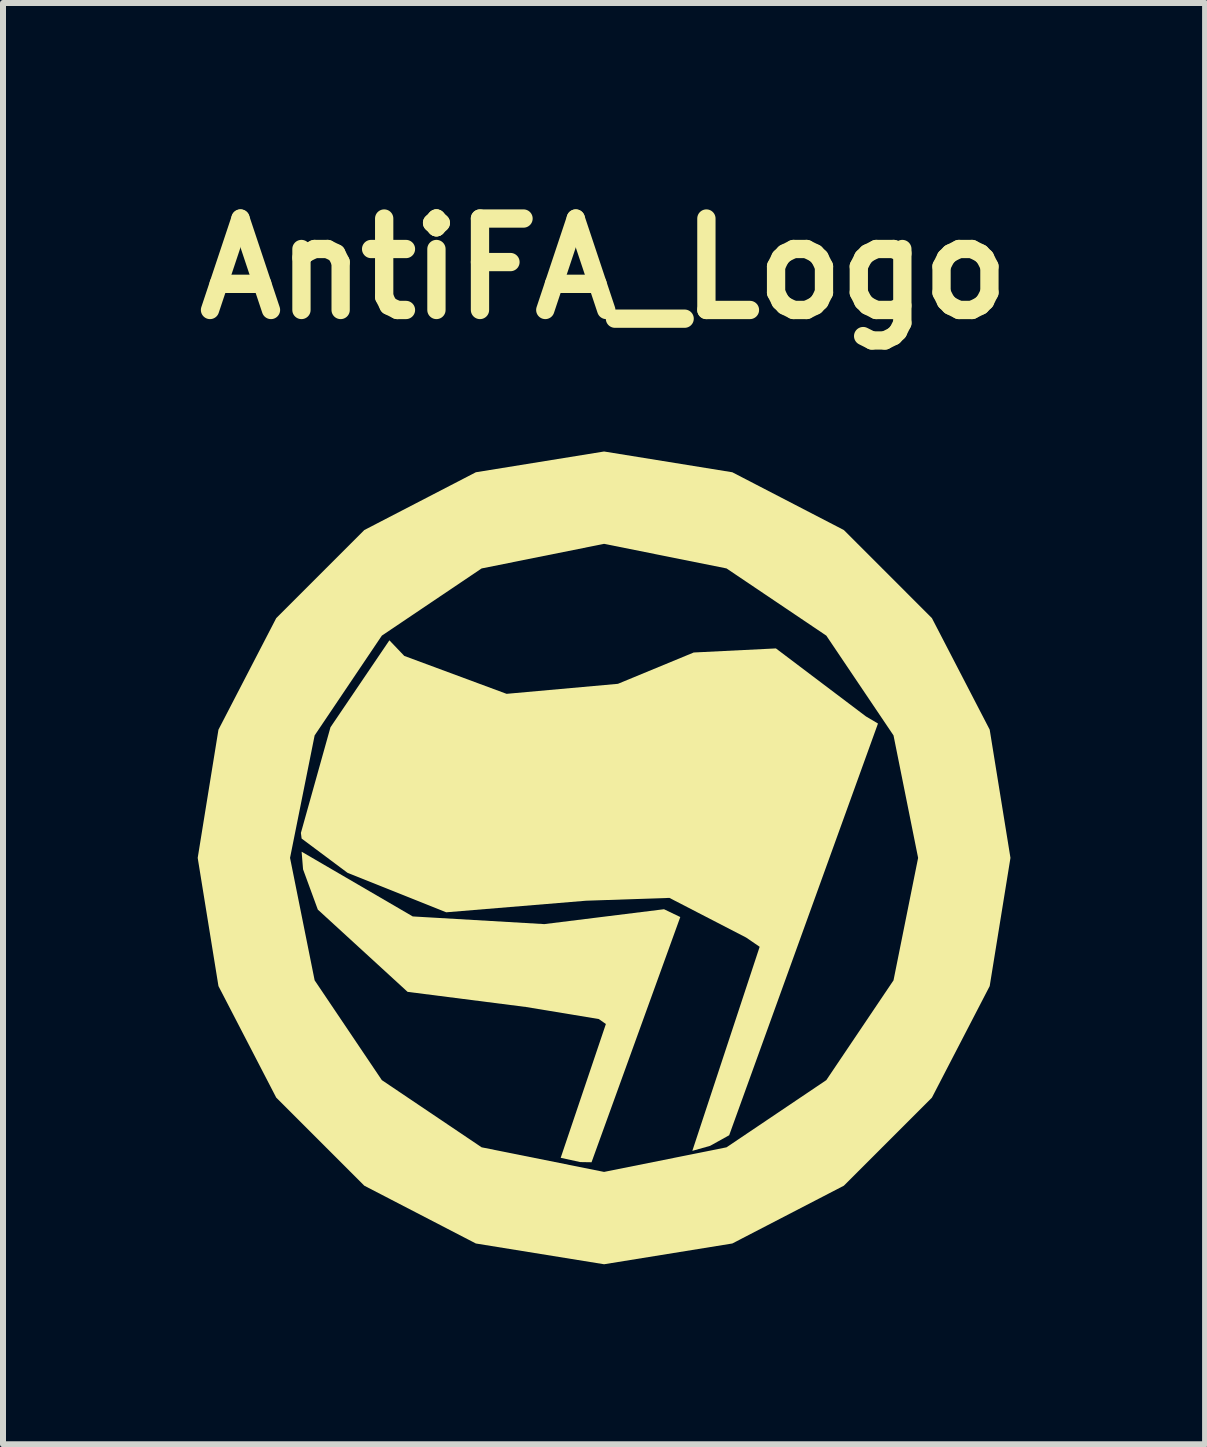
<source format=kicad_pcb>
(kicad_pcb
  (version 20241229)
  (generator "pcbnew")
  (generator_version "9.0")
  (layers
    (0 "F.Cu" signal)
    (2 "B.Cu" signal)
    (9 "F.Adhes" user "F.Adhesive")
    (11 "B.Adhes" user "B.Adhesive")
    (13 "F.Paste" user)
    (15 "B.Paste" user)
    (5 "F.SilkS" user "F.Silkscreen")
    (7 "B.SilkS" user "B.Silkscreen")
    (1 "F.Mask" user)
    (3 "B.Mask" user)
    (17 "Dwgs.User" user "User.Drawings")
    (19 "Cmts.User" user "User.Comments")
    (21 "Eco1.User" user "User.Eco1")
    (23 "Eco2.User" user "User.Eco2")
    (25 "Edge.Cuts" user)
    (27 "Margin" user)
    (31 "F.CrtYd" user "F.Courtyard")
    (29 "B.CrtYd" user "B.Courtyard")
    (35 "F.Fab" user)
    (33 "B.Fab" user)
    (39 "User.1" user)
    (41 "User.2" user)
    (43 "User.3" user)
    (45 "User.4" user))
  (footprint "AntiFA_Logo"
    (layer "F.Cu")
    (at 7.018 11.248)
    (property "Reference" "AntiFA_Logo" (at 0 -9.821 0) (layer "F.SilkS") (effects (font (size 1.524 1.524) (thickness 0.305))))
    (attr exclude_from_pos_files exclude_from_bom)
    (fp_poly (pts (xy -4.025 -5.085) (xy -3.411 -4.3) (xy -3.258 -4.419) (xy -3.872 -5.205) (xy -4.025 -5.085)) (stroke (width 0) (type solid)) (fill yes) (layer "F.SilkS"))
    (fp_poly (pts (xy 0.493 5.509) (xy 0.299 5.512) (xy 0.316 6.509) (xy 0.511 6.506) (xy 0.493 5.509)) (stroke (width 0) (type solid)) (fill yes) (layer "F.SilkS"))
    (fp_poly (pts (xy 1.14 -5.378) (xy 1.313 -6.36) (xy 1.122 -6.394) (xy 0.949 -5.412) (xy 1.14 -5.378)) (stroke (width 0) (type solid)) (fill yes) (layer "F.SilkS"))
    (fp_poly (pts (xy 2.903 -4.665) (xy 3.402 -5.528) (xy 3.234 -5.625) (xy 2.735 -4.762) (xy 2.903 -4.665)) (stroke (width 0) (type solid)) (fill yes) (layer "F.SilkS"))
    (fp_poly (pts (xy -4.266 -4.657) (xy -4.121 -4.797) (xy -4.239 -4.919) (xy -4.668 -4.504) (xy -4.551 -4.383) (xy -4.406 -4.522) (xy -3.831 -3.927) (xy -3.691 -4.062) (xy -4.266 -4.657)) (stroke (width 0) (type solid)) (fill yes) (layer "F.SilkS"))
    (fp_poly (pts (xy -0.257 5.661) (xy -0.057 5.682) (xy -0.039 5.513) (xy -0.632 5.451) (xy -0.65 5.619) (xy -0.45 5.64) (xy -0.537 6.464) (xy -0.343 6.484) (xy -0.257 5.661)) (stroke (width 0) (type solid)) (fill yes) (layer "F.SilkS"))
    (fp_poly (pts (xy 2.413 -4.938) (xy 2.75 -5.694) (xy 2.933 -5.612) (xy 3.002 -5.767) (xy 2.457 -6.01) (xy 2.389 -5.855) (xy 2.572 -5.773) (xy 2.235 -5.017) (xy 2.413 -4.938)) (stroke (width 0) (type solid)) (fill yes) (layer "F.SilkS"))
    (fp_poly (pts (xy -3.194 -5.66) (xy -3.608 -5.39) (xy -3.065 -4.554) (xy -2.902 -4.66) (xy -3.141 -5.028) (xy -2.905 -5.182) (xy -2.997 -5.324) (xy -3.234 -5.17) (xy -3.353 -5.354) (xy -3.101 -5.518) (xy -3.194 -5.66)) (stroke (width 0) (type solid)) (fill yes) (layer "F.SilkS"))
    (fp_poly (pts (xy -0.374 -6.463) (xy -0.602 -6.493) (xy -1.025 -5.904) (xy -0.478 -5.45) (xy -0.261 -5.537) (xy -0.289 -5.767) (xy -0.495 -5.635) (xy -0.826 -5.933) (xy -0.577 -6.31) (xy -0.346 -6.231) (xy -0.374 -6.463)) (stroke (width 0) (type solid)) (fill yes) (layer "F.SilkS"))
    (fp_poly (pts (xy 1.482 6.405) (xy 1.647 5.819) (xy 1.439 6.218) (xy 1.077 5.95) (xy 1.289 5.569) (xy 1.647 5.819) (xy 1.482 6.405) (xy 1.845 5.781) (xy 1.246 5.382) (xy 0.883 6.003) (xy 1.482 6.405)) (stroke (width 0) (type solid)) (fill yes) (layer "F.SilkS"))
    (fp_poly (pts (xy 4.885 -4.219) (xy 4.776 -4.421) (xy 4.05 -4.417) (xy 4.005 -3.708) (xy 4.203 -3.583) (xy 4.372 -3.741) (xy 4.144 -3.83) (xy 4.19 -4.273) (xy 4.642 -4.293) (xy 4.714 -4.06) (xy 4.885 -4.219)) (stroke (width 0) (type solid)) (fill yes) (layer "F.SilkS"))
    (fp_poly (pts (xy -4.503 -3.144) (xy -5.037 -3.561) (xy -5.035 -3.563) (xy -4.162 -3.547) (xy -4.076 -3.658) (xy -4.878 -4.284) (xy -4.997 -4.131) (xy -4.469 -3.718) (xy -4.47 -3.716) (xy -5.343 -3.731) (xy -5.429 -3.621) (xy -4.623 -2.987) (xy -4.503 -3.144)) (stroke (width 0) (type solid)) (fill yes) (layer "F.SilkS"))
    (fp_poly (pts (xy 0.204 -6.099) (xy 0.231 -6.491) (xy 0.037 -6.504) (xy -0.032 -5.509) (xy 0.162 -5.496) (xy 0.193 -5.94) (xy 0.552 -5.915) (xy 0.521 -5.471) (xy 0.715 -5.457) (xy 0.784 -6.452) (xy 0.59 -6.465) (xy 0.563 -6.074) (xy 0.204 -6.099)) (stroke (width 0) (type solid)) (fill yes) (layer "F.SilkS"))
    (fp_poly (pts (xy 2.415 6.105) (xy 2.588 6.017) (xy 2.28 5.413) (xy 2.283 5.412) (xy 3.067 5.795) (xy 3.192 5.731) (xy 2.73 4.825) (xy 2.557 4.913) (xy 2.861 5.511) (xy 2.859 5.512) (xy 2.075 5.129) (xy 1.95 5.193) (xy 2.415 6.105)) (stroke (width 0) (type solid)) (fill yes) (layer "F.SilkS"))
    (fp_poly (pts (xy 4.734 -2.765) (xy 5.579 -3.293) (xy 5.476 -3.458) (xy 5.143 -3.25) (xy 4.953 -3.555) (xy 5.286 -3.763) (xy 5.183 -3.928) (xy 4.337 -3.4) (xy 4.44 -3.235) (xy 4.818 -3.471) (xy 5.007 -3.169) (xy 4.631 -2.93) (xy 4.734 -2.765)) (stroke (width 0) (type solid)) (fill yes) (layer "F.SilkS"))
    (fp_poly (pts (xy 5.823 -2.426) (xy 5.978 -2.495) (xy 5.768 -2.966) (xy 4.857 -2.561) (xy 5.066 -2.09) (xy 5.221 -2.159) (xy 5.09 -2.452) (xy 5.337 -2.562) (xy 5.463 -2.279) (xy 5.617 -2.348) (xy 5.492 -2.631) (xy 5.692 -2.72) (xy 5.823 -2.426)) (stroke (width 0) (type solid)) (fill yes) (layer "F.SilkS"))
    (fp_poly (pts (xy -5.287 -2.508) (xy -5.013 -2.695) (xy -4.791 -2.668) (xy -4.697 -2.853) (xy -5.781 -2.98) (xy -5.849 -2.846) (xy -5.114 -2.035) (xy -5.021 -2.218) (xy -5.171 -2.386) (xy -5.013 -2.695) (xy -5.287 -2.508) (xy -5.559 -2.772) (xy -5.179 -2.719) (xy -5.287 -2.508)) (stroke (width 0) (type solid)) (fill yes) (layer "F.SilkS"))
    (fp_poly (pts (xy -2.484 -5.299) (xy -2.154 -5.272) (xy -1.998 -5.111) (xy -1.808 -5.196) (xy -2.57 -5.977) (xy -2.708 -5.915) (xy -2.647 -4.822) (xy -2.46 -4.906) (xy -2.47 -5.131) (xy -2.154 -5.272) (xy -2.484 -5.299) (xy -2.529 -5.675) (xy -2.268 -5.395) (xy -2.484 -5.299)) (stroke (width 0) (type solid)) (fill yes) (layer "F.SilkS"))
    (fp_poly (pts (xy -1.526 5.69) (xy -1.528 5.69) (xy -1.434 5.28) (xy -1.623 5.236) (xy -1.848 6.208) (xy -1.658 6.252) (xy -1.557 5.815) (xy -1.555 5.815) (xy -1.345 6.324) (xy -1.101 6.38) (xy -1.37 5.767) (xy -0.898 5.404) (xy -1.131 5.35) (xy -1.526 5.69)) (stroke (width 0) (type solid)) (fill yes) (layer "F.SilkS"))
    (fp_poly (pts (xy -2.451 5.756) (xy -2.758 5.454) (xy -2.975 5.361) (xy -2.733 5.071) (xy -2.73 5.072) (xy -2.758 5.454) (xy -2.451 5.756) (xy -2.462 5.98) (xy -2.271 6.061) (xy -2.219 4.971) (xy -2.358 4.912) (xy -3.116 5.702) (xy -2.927 5.783) (xy -2.77 5.621) (xy -2.451 5.756)) (stroke (width 0) (type solid)) (fill yes) (layer "F.SilkS"))
    (fp_poly (pts (xy 1.27 0.986) (xy -0.209 5.073) (xy -0.397 5.07) (xy -0.723 4.999) (xy 0.03 2.769) (xy -0.088 2.686) (xy -1.304 2.485) (xy -3.275 2.233) (xy -4.771 0.862) (xy -5.017 0.191) (xy -5.041 -0.103) (xy -3.189 0.976) (xy -0.997 1.104) (xy 0.999 0.856) (xy 1.27 0.986)) (stroke (width 0) (type solid)) (fill yes) (layer "F.SilkS"))
    (fp_poly (pts (xy -1.581 -6.309) (xy -1.689 -6.296) (xy -1.887 -5.928) (xy -1.598 -5.728) (xy -1.387 -5.619) (xy -1.471 -5.445) (xy -1.683 -5.535) (xy -1.74 -5.436) (xy -1.771 -5.383) (xy -1.422 -5.28) (xy -1.218 -5.436) (xy -1.2 -5.698) (xy -1.7 -6.005) (xy -1.614 -6.147) (xy -1.447 -6.109) (xy -1.398 -6.264) (xy -1.581 -6.309)) (stroke (width 0) (type solid)) (fill yes) (layer "F.SilkS"))
    (fp_poly (pts (xy 2.076 -6.158) (xy 1.98 -6.21) (xy 1.608 -6.022) (xy 1.729 -5.693) (xy 1.839 -5.482) (xy 1.671 -5.388) (xy 1.548 -5.584) (xy 1.445 -5.535) (xy 1.389 -5.509) (xy 1.616 -5.225) (xy 1.873 -5.236) (xy 2.038 -5.44) (xy 1.804 -5.978) (xy 1.956 -6.045) (xy 2.071 -5.918) (xy 2.2 -6.017) (xy 2.076 -6.158)) (stroke (width 0) (type solid)) (fill yes) (layer "F.SilkS"))
    (fp_poly (pts (xy 3.772 -5.231) (xy 3.549 -5.112) (xy 3.513 -5.058) (xy 3.556 -4.761) (xy 3.592 -4.526) (xy 3.402 -4.491) (xy 3.35 -4.716) (xy 3.175 -4.697) (xy 3.297 -4.355) (xy 3.766 -4.422) (xy 3.721 -5.007) (xy 3.885 -5.02) (xy 3.952 -4.863) (xy 4.108 -4.914) (xy 4.056 -5.058) (xy 3.962 -5.169) (xy 3.772 -5.231)) (stroke (width 0) (type solid)) (fill yes) (layer "F.SilkS"))
    (fp_poly (pts (xy 2.085 4.623) (xy 4.565 -2.239) (xy 4.364 -2.358) (xy 2.864 -3.491) (xy 1.494 -3.423) (xy 0.231 -2.901) (xy -1.625 -2.734) (xy -3.33 -3.366) (xy -3.578 -3.626) (xy -4.56 -2.177) (xy -5.053 -0.416) (xy -5.041 -0.322) (xy -4.276 0.249) (xy -2.631 0.907) (xy -0.3 0.714) (xy 1.089 0.667) (xy 2.368 1.328) (xy 2.593 1.482) (xy 1.471 4.883) (xy 1.766 4.8) (xy 2.085 4.623)) (stroke (width 0) (type solid)) (fill yes) (layer "F.SilkS"))
    (fp_poly (pts (xy -0.000088 6.773) (xy -0.000088 5.234) (xy 2.041 4.824) (xy 3.704 3.704) (xy 4.824 2.041) (xy 5.234 0.000088) (xy 4.824 -2.041) (xy 3.704 -3.704) (xy 2.041 -4.824) (xy -0.000088 -5.234) (xy -2.041 -4.824) (xy -3.704 -3.704) (xy -4.824 -2.041) (xy -5.234 0.000088) (xy -4.824 2.041) (xy -3.704 3.704) (xy -2.041 4.824) (xy -0.000088 5.234) (xy -0.000088 6.773) (xy -2.137 6.427) (xy -3.996 5.464) (xy -5.464 3.996) (xy -6.427 2.137) (xy -6.773 0.000088) (xy -6.427 -2.137) (xy -5.464 -3.996) (xy -3.996 -5.464) (xy -2.137 -6.427) (xy -0.000088 -6.773) (xy 2.137 -6.427) (xy 3.996 -5.464) (xy 5.464 -3.996) (xy 6.427 -2.137) (xy 6.773 0.000088) (xy 6.427 2.137) (xy 5.464 3.996) (xy 3.996 5.464) (xy 2.137 6.427) (xy -0.000088 6.773)) (stroke (width 0) (type solid)) (fill yes) (layer "F.SilkS")))
  (gr_rect
    (start -3 -3)
    (end 17.035 21.021)
    (stroke (width 0.1) (type default))
    (fill no)
    (layer "Edge.Cuts")))
</source>
